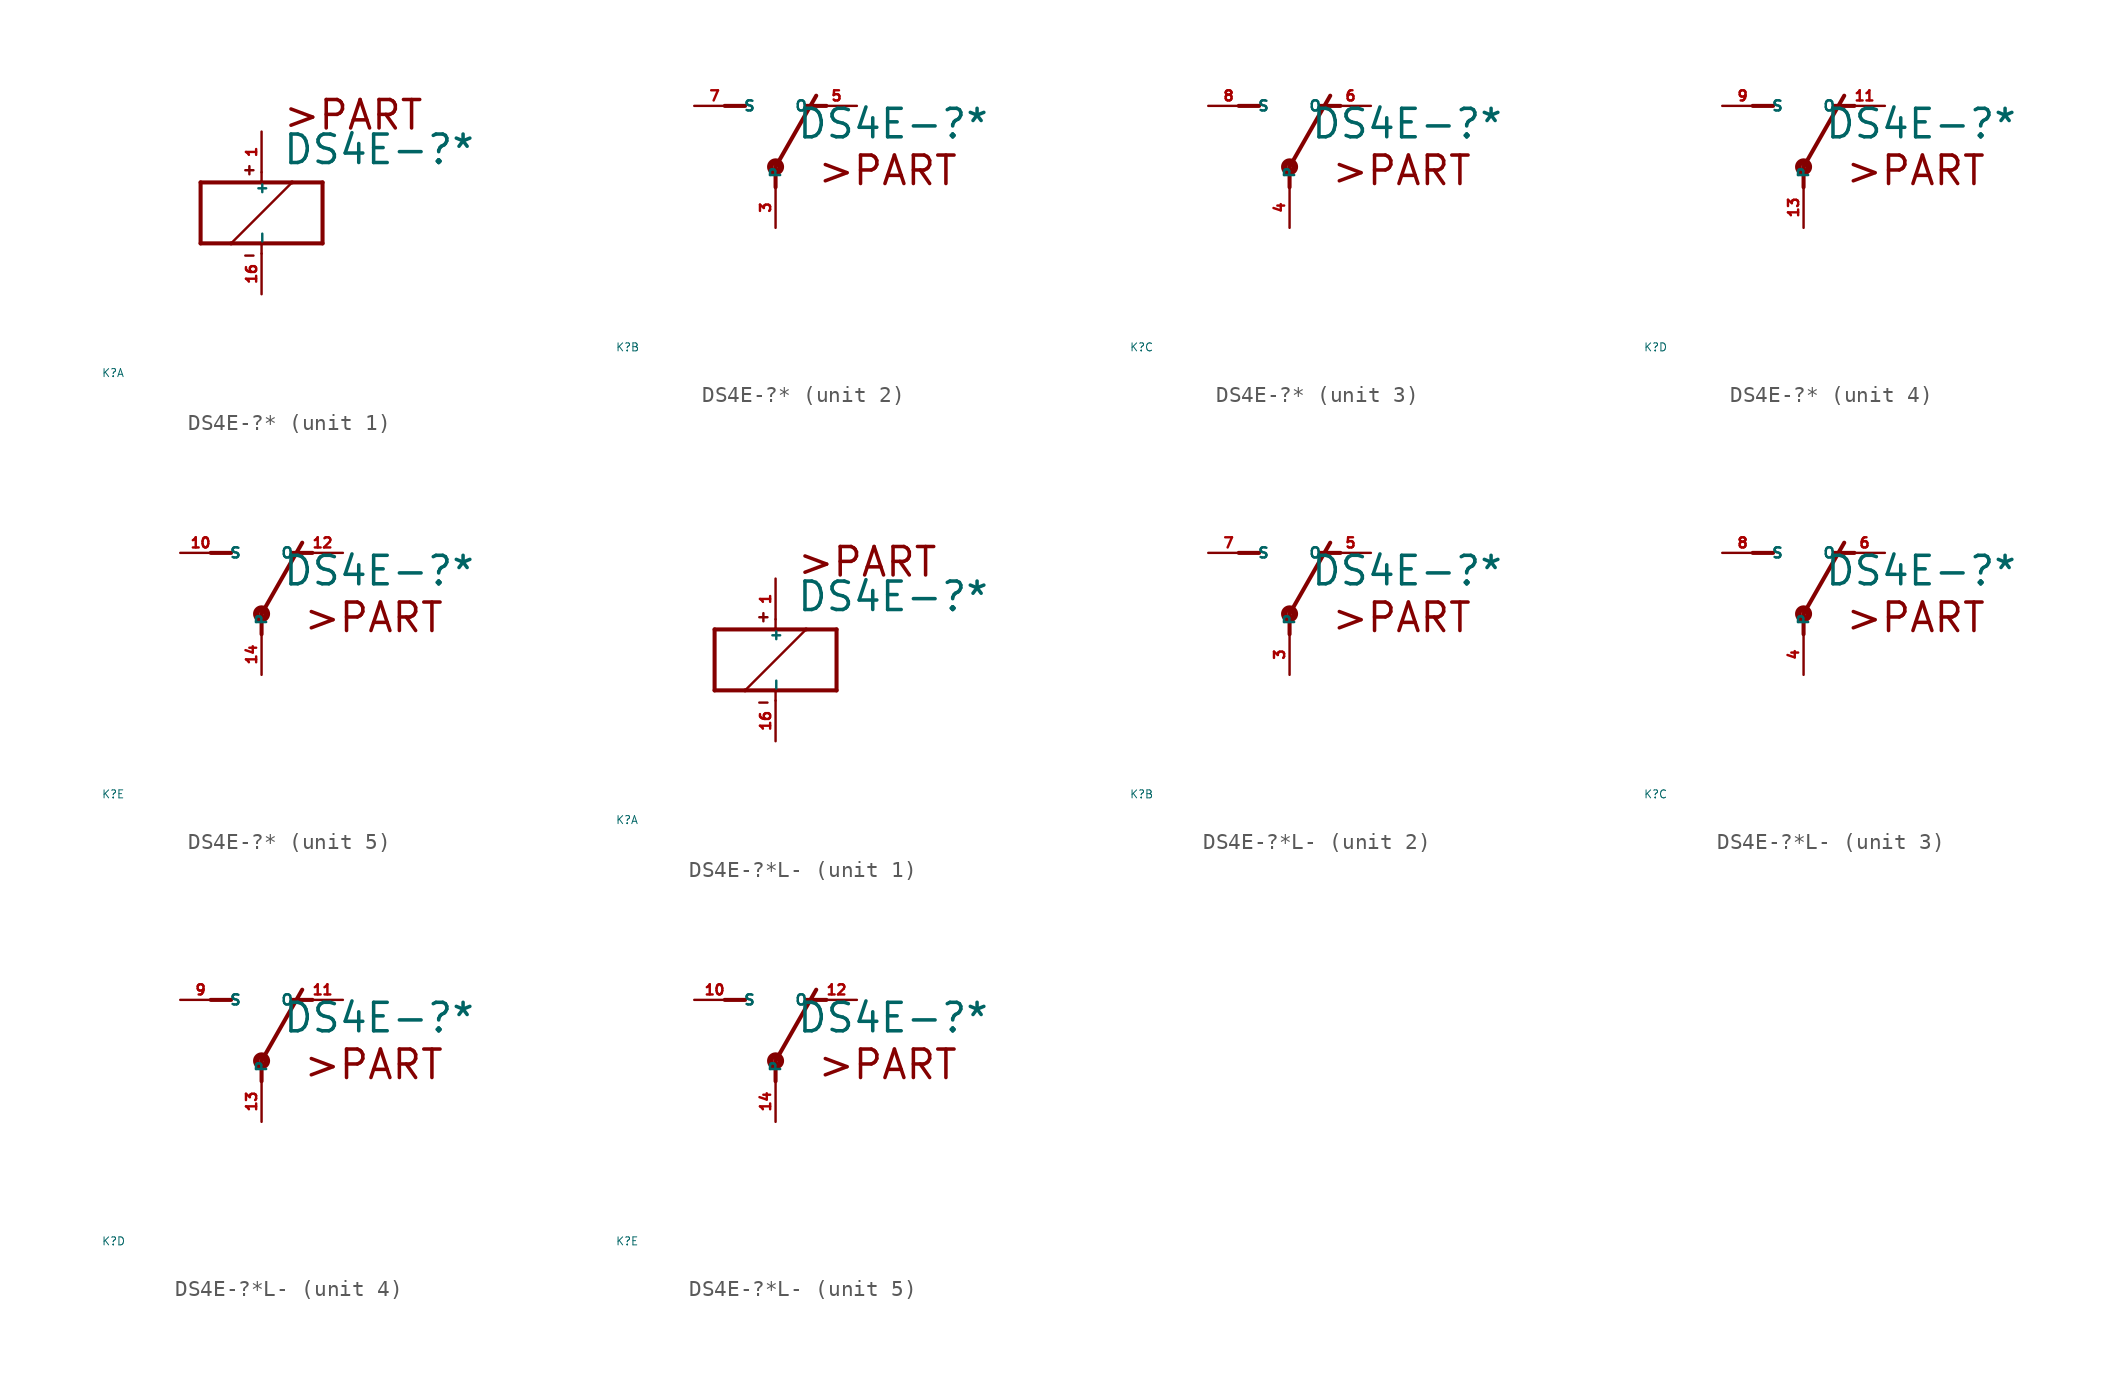
<source format=kicad_sym>
(kicad_symbol_lib
  (version 20220914)
  (generator Eagle2Kicad)
  (symbol "DS4E-?*"
    (property "Reference" "K"
      (at -10 -10 0)
      (effects (font (size 0.5 0.5) (thickness 0.06)) (justify left)))
    (property "Value" "DS4E-?*"
      (at 1.27 2.921 0)
      (effects (font (size 1.778 1.778) (thickness 0.22)) (justify left bottom)))
    (symbol "DS4E-?*_1_0"
      (polyline (pts (xy -3.81 -1.905) (xy -1.905 -1.905)) (stroke (width 0.254) (type default)) (fill (type none)))
      (polyline (pts (xy 3.81 -1.905) (xy 3.81 1.905)) (stroke (width 0.254) (type default)) (fill (type none)))
      (polyline (pts (xy 3.81 1.905) (xy 1.905 1.905)) (stroke (width 0.254) (type default)) (fill (type none)))
      (polyline (pts (xy -3.81 1.905) (xy -3.81 -1.905)) (stroke (width 0.254) (type default)) (fill (type none)))
      (polyline (pts (xy 0 -2.54) (xy 0 -1.905)) (stroke (width 0.152) (type default)) (fill (type none)))
      (polyline (pts (xy 0 -1.905) (xy 3.81 -1.905)) (stroke (width 0.254) (type default)) (fill (type none)))
      (polyline (pts (xy 0 2.54) (xy 0 1.905)) (stroke (width 0.152) (type default)) (fill (type none)))
      (polyline (pts (xy 0 1.905) (xy -3.81 1.905)) (stroke (width 0.254) (type default)) (fill (type none)))
      (polyline (pts (xy -1.905 -1.905) (xy 1.905 1.905)) (stroke (width 0.152) (type default)) (fill (type none)))
      (polyline (pts (xy -1.905 -1.905) (xy 0 -1.905)) (stroke (width 0.254) (type default)) (fill (type none)))
      (polyline (pts (xy 1.905 1.905) (xy 0 1.905)) (stroke (width 0.254) (type default)) (fill (type none)))
      (polyline (pts (xy -1.016 2.667) (xy -0.508 2.667)) (stroke (width 0.152) (type default)) (fill (type none)))
      (polyline (pts (xy -0.762 2.921) (xy -0.762 2.413)) (stroke (width 0.152) (type default)) (fill (type none)))
      (polyline (pts (xy -1.016 -2.667) (xy -0.508 -2.667)) (stroke (width 0.152) (type default)) (fill (type none)))
      (text ">PART" (at 1.27 5.08 0) (effects (font (size 1.778 1.778) (thickness 0.22)) (justify left bottom)))
      (pin passive line (at 0 -5.08 90) (length 2.54) (name "-" (effects (font (size 0.635 0.635) (thickness 0.08)) (justify left bottom))) (number "16" (effects (font (size 0.635 0.635) (thickness 0.08)) (justify left bottom))))
      (pin passive line (at 0 5.08 270) (length 2.54) (name "+" (effects (font (size 0.635 0.635) (thickness 0.08)) (justify left bottom))) (number "1" (effects (font (size 0.635 0.635) (thickness 0.08)) (justify left bottom)))))
    (symbol "DS4E-?*_2_0"
      (polyline (pts (xy 3.175 5.08) (xy 1.905 5.08)) (stroke (width 0.254) (type default)) (fill (type none)))
      (polyline (pts (xy -3.175 5.08) (xy -1.905 5.08)) (stroke (width 0.254) (type default)) (fill (type none)))
      (polyline (pts (xy 0 1.27) (xy 2.54 5.715)) (stroke (width 0.254) (type default)) (fill (type none)))
      (polyline (pts (xy 0 1.27) (xy 0 0)) (stroke (width 0.254) (type default)) (fill (type none)))
      (text ">PART" (at 2.54 0 0) (effects (font (size 1.778 1.778) (thickness 0.22)) (justify left bottom)))
      (circle (center 0 1.27) (radius 0.127) (stroke (width 0.406) (type default)) (fill (type none)))
      (pin passive line (at 5.08 5.08 180) (length 2.54) (name "O" (effects (font (size 0.635 0.635) (thickness 0.08)) (justify left bottom))) (number "5" (effects (font (size 0.635 0.635) (thickness 0.08)) (justify left bottom))))
      (pin passive line (at -5.08 5.08 0) (length 2.54) (name "S" (effects (font (size 0.635 0.635) (thickness 0.08)) (justify left bottom))) (number "7" (effects (font (size 0.635 0.635) (thickness 0.08)) (justify left bottom))))
      (pin passive line (at 0 -2.54 90) (length 2.54) (name "P" (effects (font (size 0.635 0.635) (thickness 0.08)) (justify left bottom))) (number "3" (effects (font (size 0.635 0.635) (thickness 0.08)) (justify left bottom)))))
    (symbol "DS4E-?*_3_0"
      (polyline (pts (xy 3.175 5.08) (xy 1.905 5.08)) (stroke (width 0.254) (type default)) (fill (type none)))
      (polyline (pts (xy -3.175 5.08) (xy -1.905 5.08)) (stroke (width 0.254) (type default)) (fill (type none)))
      (polyline (pts (xy 0 1.27) (xy 2.54 5.715)) (stroke (width 0.254) (type default)) (fill (type none)))
      (polyline (pts (xy 0 1.27) (xy 0 0)) (stroke (width 0.254) (type default)) (fill (type none)))
      (text ">PART" (at 2.54 0 0) (effects (font (size 1.778 1.778) (thickness 0.22)) (justify left bottom)))
      (circle (center 0 1.27) (radius 0.127) (stroke (width 0.406) (type default)) (fill (type none)))
      (pin passive line (at 5.08 5.08 180) (length 2.54) (name "O" (effects (font (size 0.635 0.635) (thickness 0.08)) (justify left bottom))) (number "6" (effects (font (size 0.635 0.635) (thickness 0.08)) (justify left bottom))))
      (pin passive line (at -5.08 5.08 0) (length 2.54) (name "S" (effects (font (size 0.635 0.635) (thickness 0.08)) (justify left bottom))) (number "8" (effects (font (size 0.635 0.635) (thickness 0.08)) (justify left bottom))))
      (pin passive line (at 0 -2.54 90) (length 2.54) (name "P" (effects (font (size 0.635 0.635) (thickness 0.08)) (justify left bottom))) (number "4" (effects (font (size 0.635 0.635) (thickness 0.08)) (justify left bottom)))))
    (symbol "DS4E-?*_4_0"
      (polyline (pts (xy 3.175 5.08) (xy 1.905 5.08)) (stroke (width 0.254) (type default)) (fill (type none)))
      (polyline (pts (xy -3.175 5.08) (xy -1.905 5.08)) (stroke (width 0.254) (type default)) (fill (type none)))
      (polyline (pts (xy 0 1.27) (xy 2.54 5.715)) (stroke (width 0.254) (type default)) (fill (type none)))
      (polyline (pts (xy 0 1.27) (xy 0 0)) (stroke (width 0.254) (type default)) (fill (type none)))
      (text ">PART" (at 2.54 0 0) (effects (font (size 1.778 1.778) (thickness 0.22)) (justify left bottom)))
      (circle (center 0 1.27) (radius 0.127) (stroke (width 0.406) (type default)) (fill (type none)))
      (pin passive line (at 5.08 5.08 180) (length 2.54) (name "O" (effects (font (size 0.635 0.635) (thickness 0.08)) (justify left bottom))) (number "11" (effects (font (size 0.635 0.635) (thickness 0.08)) (justify left bottom))))
      (pin passive line (at -5.08 5.08 0) (length 2.54) (name "S" (effects (font (size 0.635 0.635) (thickness 0.08)) (justify left bottom))) (number "9" (effects (font (size 0.635 0.635) (thickness 0.08)) (justify left bottom))))
      (pin passive line (at 0 -2.54 90) (length 2.54) (name "P" (effects (font (size 0.635 0.635) (thickness 0.08)) (justify left bottom))) (number "13" (effects (font (size 0.635 0.635) (thickness 0.08)) (justify left bottom)))))
    (symbol "DS4E-?*_5_0"
      (polyline (pts (xy 3.175 5.08) (xy 1.905 5.08)) (stroke (width 0.254) (type default)) (fill (type none)))
      (polyline (pts (xy -3.175 5.08) (xy -1.905 5.08)) (stroke (width 0.254) (type default)) (fill (type none)))
      (polyline (pts (xy 0 1.27) (xy 2.54 5.715)) (stroke (width 0.254) (type default)) (fill (type none)))
      (polyline (pts (xy 0 1.27) (xy 0 0)) (stroke (width 0.254) (type default)) (fill (type none)))
      (text ">PART" (at 2.54 0 0) (effects (font (size 1.778 1.778) (thickness 0.22)) (justify left bottom)))
      (circle (center 0 1.27) (radius 0.127) (stroke (width 0.406) (type default)) (fill (type none)))
      (pin passive line (at 5.08 5.08 180) (length 2.54) (name "O" (effects (font (size 0.635 0.635) (thickness 0.08)) (justify left bottom))) (number "12" (effects (font (size 0.635 0.635) (thickness 0.08)) (justify left bottom))))
      (pin passive line (at -5.08 5.08 0) (length 2.54) (name "S" (effects (font (size 0.635 0.635) (thickness 0.08)) (justify left bottom))) (number "10" (effects (font (size 0.635 0.635) (thickness 0.08)) (justify left bottom))))
      (pin passive line (at 0 -2.54 90) (length 2.54) (name "P" (effects (font (size 0.635 0.635) (thickness 0.08)) (justify left bottom))) (number "14" (effects (font (size 0.635 0.635) (thickness 0.08)) (justify left bottom))))))
  (symbol "DS4E-?*L-"
    (property "Reference" "K"
      (at -10 -10 0)
      (effects (font (size 0.5 0.5) (thickness 0.06)) (justify left)))
    (property "Value" "DS4E-?*"
      (at 1.27 2.921 0)
      (effects (font (size 1.778 1.778) (thickness 0.22)) (justify left bottom)))
    (symbol "DS4E-?*L-_1_0"
      (polyline (pts (xy -3.81 -1.905) (xy -1.905 -1.905)) (stroke (width 0.254) (type default)) (fill (type none)))
      (polyline (pts (xy 3.81 -1.905) (xy 3.81 1.905)) (stroke (width 0.254) (type default)) (fill (type none)))
      (polyline (pts (xy 3.81 1.905) (xy 1.905 1.905)) (stroke (width 0.254) (type default)) (fill (type none)))
      (polyline (pts (xy -3.81 1.905) (xy -3.81 -1.905)) (stroke (width 0.254) (type default)) (fill (type none)))
      (polyline (pts (xy 0 -2.54) (xy 0 -1.905)) (stroke (width 0.152) (type default)) (fill (type none)))
      (polyline (pts (xy 0 -1.905) (xy 3.81 -1.905)) (stroke (width 0.254) (type default)) (fill (type none)))
      (polyline (pts (xy 0 2.54) (xy 0 1.905)) (stroke (width 0.152) (type default)) (fill (type none)))
      (polyline (pts (xy 0 1.905) (xy -3.81 1.905)) (stroke (width 0.254) (type default)) (fill (type none)))
      (polyline (pts (xy -1.905 -1.905) (xy 1.905 1.905)) (stroke (width 0.152) (type default)) (fill (type none)))
      (polyline (pts (xy -1.905 -1.905) (xy 0 -1.905)) (stroke (width 0.254) (type default)) (fill (type none)))
      (polyline (pts (xy 1.905 1.905) (xy 0 1.905)) (stroke (width 0.254) (type default)) (fill (type none)))
      (polyline (pts (xy -1.016 2.667) (xy -0.508 2.667)) (stroke (width 0.152) (type default)) (fill (type none)))
      (polyline (pts (xy -0.762 2.921) (xy -0.762 2.413)) (stroke (width 0.152) (type default)) (fill (type none)))
      (polyline (pts (xy -1.016 -2.667) (xy -0.508 -2.667)) (stroke (width 0.152) (type default)) (fill (type none)))
      (text ">PART" (at 1.27 5.08 0) (effects (font (size 1.778 1.778) (thickness 0.22)) (justify left bottom)))
      (pin passive line (at 0 -5.08 90) (length 2.54) (name "-" (effects (font (size 0.635 0.635) (thickness 0.08)) (justify left bottom))) (number "16" (effects (font (size 0.635 0.635) (thickness 0.08)) (justify left bottom))))
      (pin passive line (at 0 5.08 270) (length 2.54) (name "+" (effects (font (size 0.635 0.635) (thickness 0.08)) (justify left bottom))) (number "1" (effects (font (size 0.635 0.635) (thickness 0.08)) (justify left bottom)))))
    (symbol "DS4E-?*L-_2_0"
      (polyline (pts (xy 3.175 5.08) (xy 1.905 5.08)) (stroke (width 0.254) (type default)) (fill (type none)))
      (polyline (pts (xy -3.175 5.08) (xy -1.905 5.08)) (stroke (width 0.254) (type default)) (fill (type none)))
      (polyline (pts (xy 0 1.27) (xy 2.54 5.715)) (stroke (width 0.254) (type default)) (fill (type none)))
      (polyline (pts (xy 0 1.27) (xy 0 0)) (stroke (width 0.254) (type default)) (fill (type none)))
      (text ">PART" (at 2.54 0 0) (effects (font (size 1.778 1.778) (thickness 0.22)) (justify left bottom)))
      (circle (center 0 1.27) (radius 0.127) (stroke (width 0.406) (type default)) (fill (type none)))
      (pin passive line (at 5.08 5.08 180) (length 2.54) (name "O" (effects (font (size 0.635 0.635) (thickness 0.08)) (justify left bottom))) (number "5" (effects (font (size 0.635 0.635) (thickness 0.08)) (justify left bottom))))
      (pin passive line (at -5.08 5.08 0) (length 2.54) (name "S" (effects (font (size 0.635 0.635) (thickness 0.08)) (justify left bottom))) (number "7" (effects (font (size 0.635 0.635) (thickness 0.08)) (justify left bottom))))
      (pin passive line (at 0 -2.54 90) (length 2.54) (name "P" (effects (font (size 0.635 0.635) (thickness 0.08)) (justify left bottom))) (number "3" (effects (font (size 0.635 0.635) (thickness 0.08)) (justify left bottom)))))
    (symbol "DS4E-?*L-_3_0"
      (polyline (pts (xy 3.175 5.08) (xy 1.905 5.08)) (stroke (width 0.254) (type default)) (fill (type none)))
      (polyline (pts (xy -3.175 5.08) (xy -1.905 5.08)) (stroke (width 0.254) (type default)) (fill (type none)))
      (polyline (pts (xy 0 1.27) (xy 2.54 5.715)) (stroke (width 0.254) (type default)) (fill (type none)))
      (polyline (pts (xy 0 1.27) (xy 0 0)) (stroke (width 0.254) (type default)) (fill (type none)))
      (text ">PART" (at 2.54 0 0) (effects (font (size 1.778 1.778) (thickness 0.22)) (justify left bottom)))
      (circle (center 0 1.27) (radius 0.127) (stroke (width 0.406) (type default)) (fill (type none)))
      (pin passive line (at 5.08 5.08 180) (length 2.54) (name "O" (effects (font (size 0.635 0.635) (thickness 0.08)) (justify left bottom))) (number "6" (effects (font (size 0.635 0.635) (thickness 0.08)) (justify left bottom))))
      (pin passive line (at -5.08 5.08 0) (length 2.54) (name "S" (effects (font (size 0.635 0.635) (thickness 0.08)) (justify left bottom))) (number "8" (effects (font (size 0.635 0.635) (thickness 0.08)) (justify left bottom))))
      (pin passive line (at 0 -2.54 90) (length 2.54) (name "P" (effects (font (size 0.635 0.635) (thickness 0.08)) (justify left bottom))) (number "4" (effects (font (size 0.635 0.635) (thickness 0.08)) (justify left bottom)))))
    (symbol "DS4E-?*L-_4_0"
      (polyline (pts (xy 3.175 5.08) (xy 1.905 5.08)) (stroke (width 0.254) (type default)) (fill (type none)))
      (polyline (pts (xy -3.175 5.08) (xy -1.905 5.08)) (stroke (width 0.254) (type default)) (fill (type none)))
      (polyline (pts (xy 0 1.27) (xy 2.54 5.715)) (stroke (width 0.254) (type default)) (fill (type none)))
      (polyline (pts (xy 0 1.27) (xy 0 0)) (stroke (width 0.254) (type default)) (fill (type none)))
      (text ">PART" (at 2.54 0 0) (effects (font (size 1.778 1.778) (thickness 0.22)) (justify left bottom)))
      (circle (center 0 1.27) (radius 0.127) (stroke (width 0.406) (type default)) (fill (type none)))
      (pin passive line (at 5.08 5.08 180) (length 2.54) (name "O" (effects (font (size 0.635 0.635) (thickness 0.08)) (justify left bottom))) (number "11" (effects (font (size 0.635 0.635) (thickness 0.08)) (justify left bottom))))
      (pin passive line (at -5.08 5.08 0) (length 2.54) (name "S" (effects (font (size 0.635 0.635) (thickness 0.08)) (justify left bottom))) (number "9" (effects (font (size 0.635 0.635) (thickness 0.08)) (justify left bottom))))
      (pin passive line (at 0 -2.54 90) (length 2.54) (name "P" (effects (font (size 0.635 0.635) (thickness 0.08)) (justify left bottom))) (number "13" (effects (font (size 0.635 0.635) (thickness 0.08)) (justify left bottom)))))
    (symbol "DS4E-?*L-_5_0"
      (polyline (pts (xy 3.175 5.08) (xy 1.905 5.08)) (stroke (width 0.254) (type default)) (fill (type none)))
      (polyline (pts (xy -3.175 5.08) (xy -1.905 5.08)) (stroke (width 0.254) (type default)) (fill (type none)))
      (polyline (pts (xy 0 1.27) (xy 2.54 5.715)) (stroke (width 0.254) (type default)) (fill (type none)))
      (polyline (pts (xy 0 1.27) (xy 0 0)) (stroke (width 0.254) (type default)) (fill (type none)))
      (text ">PART" (at 2.54 0 0) (effects (font (size 1.778 1.778) (thickness 0.22)) (justify left bottom)))
      (circle (center 0 1.27) (radius 0.127) (stroke (width 0.406) (type default)) (fill (type none)))
      (pin passive line (at 5.08 5.08 180) (length 2.54) (name "O" (effects (font (size 0.635 0.635) (thickness 0.08)) (justify left bottom))) (number "12" (effects (font (size 0.635 0.635) (thickness 0.08)) (justify left bottom))))
      (pin passive line (at -5.08 5.08 0) (length 2.54) (name "S" (effects (font (size 0.635 0.635) (thickness 0.08)) (justify left bottom))) (number "10" (effects (font (size 0.635 0.635) (thickness 0.08)) (justify left bottom))))
      (pin passive line (at 0 -2.54 90) (length 2.54) (name "P" (effects (font (size 0.635 0.635) (thickness 0.08)) (justify left bottom))) (number "14" (effects (font (size 0.635 0.635) (thickness 0.08)) (justify left bottom)))))))
</source>
